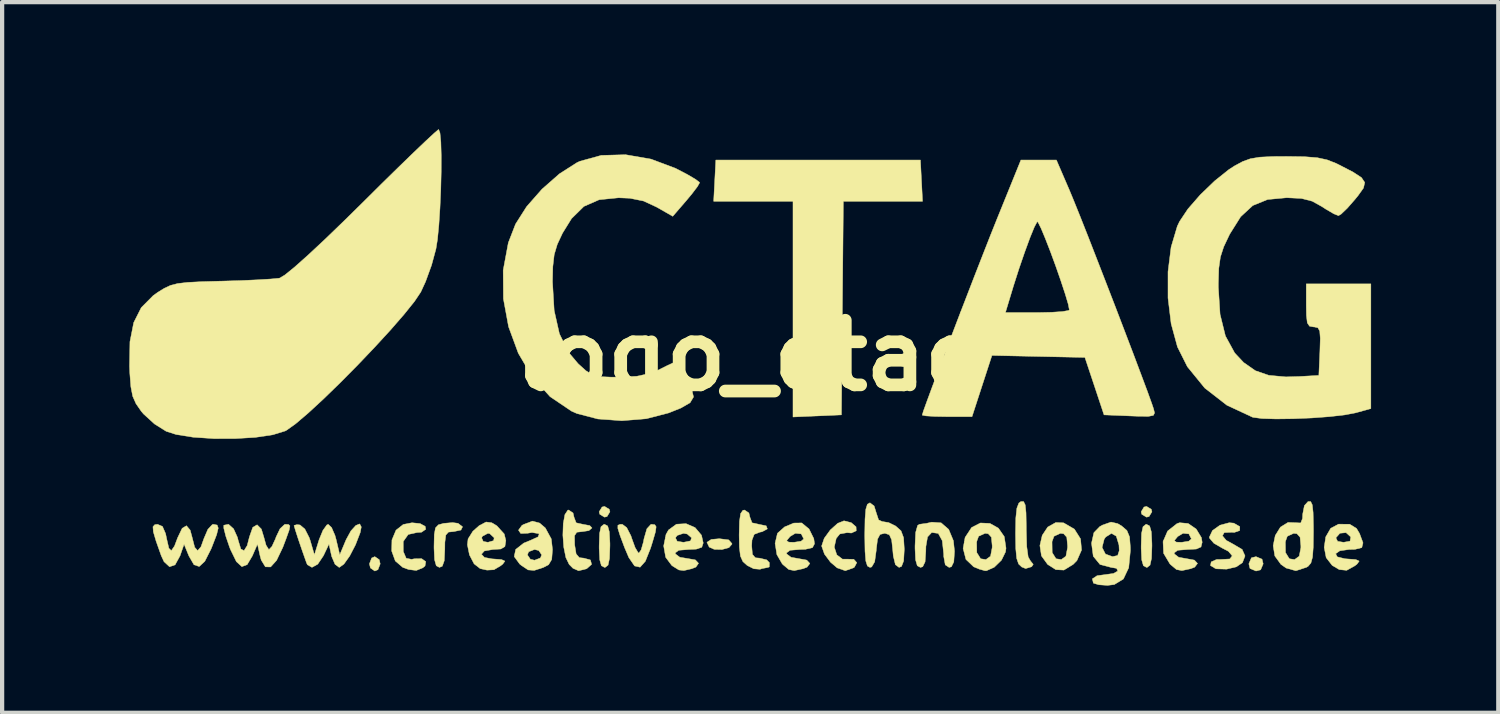
<source format=kicad_pcb>
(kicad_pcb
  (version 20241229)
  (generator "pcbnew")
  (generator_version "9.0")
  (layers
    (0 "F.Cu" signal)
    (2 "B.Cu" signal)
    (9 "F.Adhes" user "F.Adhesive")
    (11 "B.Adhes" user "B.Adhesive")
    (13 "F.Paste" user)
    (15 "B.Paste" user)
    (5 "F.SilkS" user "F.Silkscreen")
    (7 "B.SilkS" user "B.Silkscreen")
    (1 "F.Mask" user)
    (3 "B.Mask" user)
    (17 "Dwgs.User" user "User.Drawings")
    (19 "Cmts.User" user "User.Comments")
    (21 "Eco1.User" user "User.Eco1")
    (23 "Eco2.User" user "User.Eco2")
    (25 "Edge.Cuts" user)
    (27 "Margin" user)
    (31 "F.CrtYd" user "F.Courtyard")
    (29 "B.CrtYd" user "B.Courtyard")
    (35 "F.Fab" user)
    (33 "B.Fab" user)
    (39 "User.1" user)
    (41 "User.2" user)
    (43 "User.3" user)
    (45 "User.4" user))
  (footprint "logo_ctag"
    (layer "F.Cu")
    (at 14.639 5.339)
    (property "Reference" "logo_ctag" (at 0 0 0) (layer "F.SilkS") (effects (font (size 1.524 1.524) (thickness 0.3))))
    (attr through_hole)
    (fp_poly (pts (xy -8.744 4.812) (xy -8.721 4.911) (xy -8.774 5.049) (xy -8.848 5.08) (xy -8.951 5.009) (xy -8.975 4.911) (xy -8.922 4.773) (xy -8.848 4.741) (xy -8.744 4.812)) (stroke (width 0.01) (type solid)) (fill yes) (layer "F.SilkS"))
    (fp_poly (pts (xy -3.317 3.624) (xy -3.302 3.683) (xy -3.37 3.795) (xy -3.429 3.81) (xy -3.541 3.742) (xy -3.556 3.683) (xy -3.488 3.571) (xy -3.429 3.556) (xy -3.317 3.624)) (stroke (width 0.01) (type solid)) (fill yes) (layer "F.SilkS"))
    (fp_poly (pts (xy 9.468 3.624) (xy 9.483 3.683) (xy 9.415 3.795) (xy 9.356 3.81) (xy 9.243 3.742) (xy 9.229 3.683) (xy 9.296 3.571) (xy 9.356 3.556) (xy 9.468 3.624)) (stroke (width 0.01) (type solid)) (fill yes) (layer "F.SilkS"))
    (fp_poly (pts (xy 12.08 4.801) (xy 12.107 4.911) (xy 12.047 5.052) (xy 11.938 5.08) (xy 11.796 5.02) (xy 11.769 4.911) (xy 11.829 4.769) (xy 11.938 4.741) (xy 12.08 4.801)) (stroke (width 0.01) (type solid)) (fill yes) (layer "F.SilkS"))
    (fp_poly (pts (xy -0.5 4.346) (xy -0.424 4.433) (xy -0.423 4.445) (xy -0.494 4.528) (xy -0.658 4.573) (xy -0.841 4.569) (xy -0.96 4.516) (xy -1.014 4.402) (xy -0.911 4.335) (xy -0.72 4.318) (xy -0.5 4.346)) (stroke (width 0.01) (type solid)) (fill yes) (layer "F.SilkS"))
    (fp_poly (pts (xy 4.047 -4.128) (xy 4.072 -3.641) (xy 2.204 -3.641) (xy 2.181 -1.122) (xy 2.159 1.397) (xy 1.016 1.447) (xy 1.016 -3.641) (xy 0.08 -3.641) (xy -0.855 -3.641) (xy -0.804 -4.614) (xy 4.022 -4.614) (xy 4.047 -4.128)) (stroke (width 0.01) (type solid)) (fill yes) (layer "F.SilkS"))
    (fp_poly (pts (xy -3.355 4.018) (xy -3.316 4.157) (xy -3.302 4.426) (xy -3.302 4.487) (xy -3.312 4.782) (xy -3.346 4.941) (xy -3.414 4.994) (xy -3.429 4.995) (xy -3.503 4.956) (xy -3.542 4.818) (xy -3.556 4.549) (xy -3.556 4.487) (xy -3.546 4.192) (xy -3.512 4.034) (xy -3.444 3.98) (xy -3.429 3.979) (xy -3.355 4.018)) (stroke (width 0.01) (type solid)) (fill yes) (layer "F.SilkS"))
    (fp_poly (pts (xy 9.429 4.018) (xy 9.469 4.157) (xy 9.482 4.426) (xy 9.483 4.487) (xy 9.473 4.782) (xy 9.438 4.941) (xy 9.371 4.994) (xy 9.356 4.995) (xy 9.282 4.956) (xy 9.242 4.818) (xy 9.229 4.549) (xy 9.229 4.487) (xy 9.238 4.192) (xy 9.273 4.034) (xy 9.34 3.98) (xy 9.356 3.979) (xy 9.429 4.018)) (stroke (width 0.01) (type solid)) (fill yes) (layer "F.SilkS"))
    (fp_poly (pts (xy -6.885 3.955) (xy -6.778 4.037) (xy -6.817 4.114) (xy -6.983 4.149) (xy -6.985 4.149) (xy -7.111 4.162) (xy -7.173 4.232) (xy -7.195 4.402) (xy -7.197 4.572) (xy -7.21 4.838) (xy -7.257 4.968) (xy -7.324 4.995) (xy -7.398 4.956) (xy -7.438 4.816) (xy -7.451 4.543) (xy -7.451 4.497) (xy -7.445 4.218) (xy -7.417 4.063) (xy -7.348 3.99) (xy -7.223 3.956) (xy -7.013 3.938) (xy -6.885 3.955)) (stroke (width 0.01) (type solid)) (fill yes) (layer "F.SilkS"))
    (fp_poly (pts (xy 6.455 3.441) (xy 6.494 3.521) (xy 6.513 3.708) (xy 6.519 4.031) (xy 6.519 4.102) (xy 6.53 4.503) (xy 6.564 4.749) (xy 6.622 4.849) (xy 6.625 4.851) (xy 6.683 4.923) (xy 6.646 4.979) (xy 6.504 5.022) (xy 6.413 4.986) (xy 6.338 4.915) (xy 6.293 4.783) (xy 6.271 4.554) (xy 6.265 4.196) (xy 6.272 3.828) (xy 6.297 3.598) (xy 6.344 3.477) (xy 6.392 3.441) (xy 6.455 3.441)) (stroke (width 0.01) (type solid)) (fill yes) (layer "F.SilkS"))
    (fp_poly (pts (xy -7.78 3.961) (xy -7.659 4.027) (xy -7.647 4.096) (xy -7.747 4.165) (xy -7.854 4.172) (xy -8.06 4.218) (xy -8.177 4.383) (xy -8.176 4.621) (xy -8.108 4.779) (xy -7.982 4.805) (xy -7.918 4.792) (xy -7.743 4.789) (xy -7.646 4.858) (xy -7.663 4.96) (xy -7.715 5.004) (xy -7.87 5.067) (xy -8.051 5.044) (xy -8.189 4.994) (xy -8.365 4.843) (xy -8.45 4.608) (xy -8.444 4.347) (xy -8.348 4.117) (xy -8.177 3.982) (xy -7.971 3.942) (xy -7.78 3.961)) (stroke (width 0.01) (type solid)) (fill yes) (layer "F.SilkS"))
    (fp_poly (pts (xy 2.391 3.94) (xy 2.504 4.038) (xy 2.508 4.131) (xy 2.394 4.184) (xy 2.293 4.175) (xy 2.121 4.206) (xy 2.036 4.31) (xy 1.99 4.516) (xy 2.049 4.698) (xy 2.183 4.8) (xy 2.293 4.8) (xy 2.451 4.804) (xy 2.521 4.883) (xy 2.466 4.988) (xy 2.445 5.004) (xy 2.25 5.073) (xy 2.058 5.006) (xy 1.901 4.872) (xy 1.758 4.68) (xy 1.694 4.497) (xy 1.693 4.487) (xy 1.753 4.309) (xy 1.896 4.112) (xy 2.071 3.955) (xy 2.219 3.896) (xy 2.391 3.94)) (stroke (width 0.01) (type solid)) (fill yes) (layer "F.SilkS"))
    (fp_poly (pts (xy -2.243 3.988) (xy -2.212 4.036) (xy -2.229 4.16) (xy -2.297 4.394) (xy -2.344 4.543) (xy -2.467 4.851) (xy -2.591 4.99) (xy -2.72 4.961) (xy -2.856 4.763) (xy -2.957 4.526) (xy -3.064 4.239) (xy -3.115 4.075) (xy -3.114 4.001) (xy -3.065 3.98) (xy -3.009 3.979) (xy -2.907 4.055) (xy -2.807 4.249) (xy -2.784 4.318) (xy -2.708 4.527) (xy -2.637 4.646) (xy -2.619 4.657) (xy -2.566 4.582) (xy -2.512 4.395) (xy -2.498 4.318) (xy -2.43 4.083) (xy -2.336 3.981) (xy -2.321 3.979) (xy -2.243 3.988)) (stroke (width 0.01) (type solid)) (fill yes) (layer "F.SilkS"))
    (fp_poly (pts (xy 7.399 3.944) (xy 7.654 4.092) (xy 7.799 4.322) (xy 7.823 4.585) (xy 7.714 4.833) (xy 7.625 4.924) (xy 7.406 5.058) (xy 7.216 5.048) (xy 7.023 4.925) (xy 6.877 4.723) (xy 6.84 4.48) (xy 6.861 4.388) (xy 7.126 4.388) (xy 7.13 4.646) (xy 7.221 4.791) (xy 7.345 4.81) (xy 7.454 4.731) (xy 7.492 4.531) (xy 7.493 4.486) (xy 7.474 4.282) (xy 7.399 4.2) (xy 7.324 4.191) (xy 7.173 4.26) (xy 7.126 4.388) (xy 6.861 4.388) (xy 6.895 4.239) (xy 7.025 4.043) (xy 7.215 3.936) (xy 7.399 3.944)) (stroke (width 0.01) (type solid)) (fill yes) (layer "F.SilkS"))
    (fp_poly (pts (xy -4.172 3.711) (xy -4.149 3.81) (xy -4.099 3.943) (xy -3.937 3.979) (xy -3.778 4.008) (xy -3.725 4.064) (xy -3.798 4.127) (xy -3.942 4.149) (xy -4.083 4.165) (xy -4.137 4.247) (xy -4.134 4.444) (xy -4.133 4.466) (xy -4.099 4.677) (xy -4.024 4.765) (xy -3.916 4.777) (xy -3.762 4.82) (xy -3.734 4.923) (xy -3.848 5.024) (xy -3.859 5.029) (xy -4.04 5.074) (xy -4.173 5.016) (xy -4.263 4.925) (xy -4.341 4.764) (xy -4.391 4.517) (xy -4.412 4.234) (xy -4.403 3.962) (xy -4.364 3.749) (xy -4.295 3.644) (xy -4.276 3.641) (xy -4.172 3.711)) (stroke (width 0.01) (type solid)) (fill yes) (layer "F.SilkS"))
    (fp_poly (pts (xy 4.511 3.944) (xy 4.689 4.099) (xy 4.8 4.366) (xy 4.826 4.614) (xy 4.809 4.865) (xy 4.753 4.98) (xy 4.699 4.995) (xy 4.608 4.935) (xy 4.572 4.738) (xy 4.571 4.678) (xy 4.537 4.364) (xy 4.443 4.193) (xy 4.294 4.172) (xy 4.284 4.176) (xy 4.19 4.277) (xy 4.151 4.503) (xy 4.149 4.612) (xy 4.132 4.864) (xy 4.076 4.979) (xy 4.022 4.995) (xy 3.948 4.956) (xy 3.908 4.818) (xy 3.895 4.549) (xy 3.895 4.487) (xy 3.91 4.168) (xy 3.956 4.005) (xy 4 3.978) (xy 4.165 3.956) (xy 4.289 3.928) (xy 4.511 3.944)) (stroke (width 0.01) (type solid)) (fill yes) (layer "F.SilkS"))
    (fp_poly (pts (xy -0.024 3.711) (xy 0 3.81) (xy 0.05 3.943) (xy 0.212 3.979) (xy 0.384 4.014) (xy 0.411 4.087) (xy 0.287 4.154) (xy 0.233 4.164) (xy 0.101 4.215) (xy 0.049 4.35) (xy 0.042 4.487) (xy 0.059 4.688) (xy 0.129 4.768) (xy 0.229 4.777) (xy 0.396 4.817) (xy 0.46 4.883) (xy 0.457 4.983) (xy 0.428 4.995) (xy 0.285 5.023) (xy 0.239 5.039) (xy 0.091 5.027) (xy -0.064 4.949) (xy -0.166 4.857) (xy -0.224 4.727) (xy -0.249 4.515) (xy -0.254 4.229) (xy -0.246 3.908) (xy -0.219 3.725) (xy -0.166 3.649) (xy -0.127 3.641) (xy -0.024 3.711)) (stroke (width 0.01) (type solid)) (fill yes) (layer "F.SilkS"))
    (fp_poly (pts (xy 5.661 3.957) (xy 5.861 4.069) (xy 6 4.269) (xy 6.041 4.542) (xy 6.029 4.63) (xy 5.934 4.824) (xy 5.763 4.991) (xy 5.58 5.073) (xy 5.548 5.074) (xy 5.409 5.035) (xy 5.277 4.98) (xy 5.096 4.807) (xy 5.029 4.547) (xy 5.058 4.388) (xy 5.348 4.388) (xy 5.352 4.646) (xy 5.443 4.791) (xy 5.567 4.81) (xy 5.676 4.731) (xy 5.714 4.531) (xy 5.715 4.486) (xy 5.696 4.282) (xy 5.621 4.2) (xy 5.546 4.191) (xy 5.395 4.26) (xy 5.348 4.388) (xy 5.058 4.388) (xy 5.076 4.287) (xy 5.23 4.053) (xy 5.438 3.947) (xy 5.661 3.957)) (stroke (width 0.01) (type solid)) (fill yes) (layer "F.SilkS"))
    (fp_poly (pts (xy 11.414 3.951) (xy 11.555 4.032) (xy 11.554 4.125) (xy 11.426 4.17) (xy 11.366 4.166) (xy 11.188 4.174) (xy 11.146 4.249) (xy 11.236 4.357) (xy 11.384 4.438) (xy 11.611 4.571) (xy 11.679 4.724) (xy 11.618 4.883) (xy 11.475 4.981) (xy 11.245 5.036) (xy 11.009 5.029) (xy 10.981 5.022) (xy 10.864 4.95) (xy 10.881 4.865) (xy 11.005 4.809) (xy 11.115 4.807) (xy 11.319 4.796) (xy 11.377 4.723) (xy 11.288 4.616) (xy 11.137 4.537) (xy 10.944 4.425) (xy 10.842 4.306) (xy 10.837 4.282) (xy 10.911 4.125) (xy 11.089 3.999) (xy 11.306 3.941) (xy 11.414 3.951)) (stroke (width 0.01) (type solid)) (fill yes) (layer "F.SilkS"))
    (fp_poly (pts (xy 14.147 3.976) (xy 14.308 4.075) (xy 14.38 4.195) (xy 14.462 4.416) (xy 14.433 4.529) (xy 14.271 4.569) (xy 14.132 4.572) (xy 13.914 4.603) (xy 13.817 4.672) (xy 13.854 4.746) (xy 14.035 4.791) (xy 14.062 4.793) (xy 14.292 4.81) (xy 14.372 4.846) (xy 14.323 4.914) (xy 14.271 4.956) (xy 14.077 5.064) (xy 13.901 5.046) (xy 13.735 4.948) (xy 13.593 4.765) (xy 13.546 4.522) (xy 13.58 4.297) (xy 13.822 4.297) (xy 13.863 4.38) (xy 14.003 4.403) (xy 14.156 4.376) (xy 14.172 4.283) (xy 14.168 4.272) (xy 14.062 4.175) (xy 13.917 4.189) (xy 13.822 4.297) (xy 13.58 4.297) (xy 13.584 4.273) (xy 13.7 4.072) (xy 13.885 3.975) (xy 14.147 3.976)) (stroke (width 0.01) (type solid)) (fill yes) (layer "F.SilkS"))
    (fp_poly (pts (xy -6.091 3.941) (xy -5.969 4.014) (xy -5.795 4.206) (xy -5.757 4.362) (xy -5.779 4.503) (xy -5.877 4.561) (xy -6.061 4.572) (xy -6.265 4.607) (xy -6.333 4.684) (xy -6.261 4.76) (xy -6.088 4.793) (xy -5.859 4.81) (xy -5.779 4.846) (xy -5.827 4.914) (xy -5.879 4.956) (xy -6.038 5.05) (xy -6.201 5.059) (xy -6.363 5.023) (xy -6.506 4.911) (xy -6.616 4.699) (xy -6.664 4.461) (xy -6.648 4.322) (xy -6.632 4.297) (xy -6.329 4.297) (xy -6.29 4.382) (xy -6.181 4.403) (xy -6.046 4.364) (xy -6.032 4.297) (xy -6.136 4.199) (xy -6.181 4.191) (xy -6.308 4.258) (xy -6.329 4.297) (xy -6.632 4.297) (xy -6.536 4.143) (xy -6.386 4.01) (xy -6.223 3.924) (xy -6.091 3.941)) (stroke (width 0.01) (type solid)) (fill yes) (layer "F.SilkS"))
    (fp_poly (pts (xy -4.96 3.949) (xy -4.826 4.064) (xy -4.685 4.323) (xy -4.657 4.574) (xy -4.675 4.807) (xy -4.749 4.932) (xy -4.874 4.997) (xy -5.088 5.066) (xy -5.232 5.054) (xy -5.392 4.947) (xy -5.43 4.916) (xy -5.559 4.74) (xy -5.551 4.699) (xy -5.249 4.699) (xy -5.179 4.802) (xy -5.08 4.826) (xy -4.942 4.773) (xy -4.911 4.699) (xy -4.981 4.596) (xy -5.08 4.572) (xy -5.218 4.625) (xy -5.249 4.699) (xy -5.551 4.699) (xy -5.525 4.571) (xy -5.334 4.421) (xy -5.165 4.352) (xy -4.996 4.274) (xy -4.972 4.207) (xy -4.983 4.198) (xy -5.14 4.171) (xy -5.243 4.189) (xy -5.406 4.195) (xy -5.459 4.116) (xy -5.378 4.005) (xy -5.342 3.984) (xy -5.129 3.903) (xy -4.96 3.949)) (stroke (width 0.01) (type solid)) (fill yes) (layer "F.SilkS"))
    (fp_poly (pts (xy -1.293 4.056) (xy -1.142 4.235) (xy -1.101 4.419) (xy -1.135 4.52) (xy -1.266 4.564) (xy -1.446 4.572) (xy -1.68 4.591) (xy -1.76 4.652) (xy -1.756 4.678) (xy -1.655 4.755) (xy -1.481 4.784) (xy -1.286 4.818) (xy -1.212 4.898) (xy -1.274 4.987) (xy -1.372 5.026) (xy -1.558 5.069) (xy -1.675 5.055) (xy -1.817 4.967) (xy -1.844 4.948) (xy -1.987 4.756) (xy -2.034 4.489) (xy -1.995 4.297) (xy -1.757 4.297) (xy -1.715 4.379) (xy -1.566 4.403) (xy -1.401 4.37) (xy -1.376 4.297) (xy -1.479 4.207) (xy -1.566 4.191) (xy -1.715 4.241) (xy -1.757 4.297) (xy -1.995 4.297) (xy -1.979 4.217) (xy -1.92 4.112) (xy -1.733 3.976) (xy -1.507 3.963) (xy -1.293 4.056)) (stroke (width 0.01) (type solid)) (fill yes) (layer "F.SilkS"))
    (fp_poly (pts (xy 2.93 3.546) (xy 2.979 3.704) (xy 3.036 3.876) (xy 3.121 3.913) (xy 3.273 3.938) (xy 3.439 4.02) (xy 3.565 4.133) (xy 3.625 4.294) (xy 3.641 4.562) (xy 3.641 4.574) (xy 3.626 4.843) (xy 3.576 4.972) (xy 3.518 4.995) (xy 3.432 4.931) (xy 3.382 4.725) (xy 3.37 4.593) (xy 3.343 4.345) (xy 3.289 4.225) (xy 3.189 4.191) (xy 3.175 4.191) (xy 3.069 4.218) (xy 3.011 4.327) (xy 2.982 4.56) (xy 2.98 4.593) (xy 2.943 4.863) (xy 2.872 4.984) (xy 2.832 4.995) (xy 2.772 4.962) (xy 2.734 4.844) (xy 2.715 4.612) (xy 2.709 4.24) (xy 2.709 4.233) (xy 2.715 3.858) (xy 2.734 3.624) (xy 2.771 3.505) (xy 2.831 3.471) (xy 2.93 3.546)) (stroke (width 0.01) (type solid)) (fill yes) (layer "F.SilkS"))
    (fp_poly (pts (xy 10.337 3.959) (xy 10.528 4.091) (xy 10.65 4.292) (xy 10.668 4.403) (xy 10.64 4.513) (xy 10.528 4.562) (xy 10.322 4.572) (xy 10.089 4.591) (xy 10.009 4.652) (xy 10.012 4.678) (xy 10.114 4.756) (xy 10.289 4.787) (xy 10.485 4.823) (xy 10.558 4.902) (xy 10.492 4.989) (xy 10.396 5.026) (xy 10.19 5.07) (xy 10.062 5.045) (xy 9.925 4.93) (xy 9.906 4.911) (xy 9.758 4.662) (xy 9.745 4.387) (xy 9.755 4.364) (xy 10.01 4.364) (xy 10.06 4.399) (xy 10.184 4.403) (xy 10.352 4.377) (xy 10.414 4.323) (xy 10.354 4.204) (xy 10.217 4.19) (xy 10.091 4.266) (xy 10.01 4.364) (xy 9.755 4.364) (xy 9.853 4.137) (xy 10.071 3.964) (xy 10.135 3.941) (xy 10.337 3.959)) (stroke (width 0.01) (type solid)) (fill yes) (layer "F.SilkS"))
    (fp_poly (pts (xy 1.224 3.947) (xy 1.395 4.089) (xy 1.507 4.316) (xy 1.524 4.439) (xy 1.475 4.529) (xy 1.308 4.568) (xy 1.178 4.572) (xy 0.945 4.591) (xy 0.865 4.652) (xy 0.868 4.678) (xy 0.97 4.756) (xy 1.145 4.787) (xy 1.341 4.823) (xy 1.414 4.902) (xy 1.348 4.989) (xy 1.252 5.026) (xy 1.046 5.07) (xy 0.918 5.045) (xy 0.781 4.93) (xy 0.762 4.911) (xy 0.636 4.693) (xy 0.594 4.427) (xy 0.609 4.364) (xy 0.866 4.364) (xy 0.916 4.399) (xy 1.04 4.403) (xy 1.208 4.377) (xy 1.27 4.323) (xy 1.21 4.204) (xy 1.073 4.19) (xy 0.947 4.266) (xy 0.866 4.364) (xy 0.609 4.364) (xy 0.648 4.197) (xy 0.657 4.183) (xy 0.818 4.04) (xy 1.035 3.949) (xy 1.222 3.946) (xy 1.224 3.947)) (stroke (width 0.01) (type solid)) (fill yes) (layer "F.SilkS"))
    (fp_poly (pts (xy 13.227 3.441) (xy 13.265 3.519) (xy 13.285 3.701) (xy 13.292 4.015) (xy 13.293 4.148) (xy 13.288 4.517) (xy 13.271 4.752) (xy 13.233 4.891) (xy 13.168 4.968) (xy 13.129 4.992) (xy 12.878 5.074) (xy 12.649 5.01) (xy 12.526 4.924) (xy 12.382 4.725) (xy 12.343 4.484) (xy 12.362 4.388) (xy 12.63 4.388) (xy 12.634 4.646) (xy 12.724 4.791) (xy 12.848 4.81) (xy 12.957 4.731) (xy 12.996 4.531) (xy 12.996 4.486) (xy 12.977 4.282) (xy 12.903 4.2) (xy 12.827 4.191) (xy 12.676 4.26) (xy 12.63 4.388) (xy 12.362 4.388) (xy 12.392 4.242) (xy 12.514 4.045) (xy 12.693 3.934) (xy 12.881 3.941) (xy 12.993 3.947) (xy 13.035 3.84) (xy 13.039 3.74) (xy 13.079 3.537) (xy 13.166 3.441) (xy 13.227 3.441)) (stroke (width 0.01) (type solid)) (fill yes) (layer "F.SilkS"))
    (fp_poly (pts (xy -12.567 3.996) (xy -12.541 4.067) (xy -12.579 4.223) (xy -12.685 4.497) (xy -12.711 4.561) (xy -12.858 4.851) (xy -12.99 4.974) (xy -13.113 4.933) (xy -13.232 4.727) (xy -13.235 4.721) (xy -13.347 4.447) (xy -13.442 4.721) (xy -13.559 4.934) (xy -13.69 4.98) (xy -13.82 4.86) (xy -13.885 4.72) (xy -14.008 4.373) (xy -14.072 4.155) (xy -14.081 4.036) (xy -14.038 3.987) (xy -13.972 3.979) (xy -13.857 4.028) (xy -13.783 4.198) (xy -13.757 4.324) (xy -13.706 4.543) (xy -13.648 4.6) (xy -13.573 4.492) (xy -13.499 4.296) (xy -13.392 4.072) (xy -13.29 4.012) (xy -13.203 4.116) (xy -13.161 4.271) (xy -13.097 4.52) (xy -13.027 4.599) (xy -12.949 4.51) (xy -12.879 4.315) (xy -12.786 4.098) (xy -12.681 3.985) (xy -12.654 3.979) (xy -12.567 3.996)) (stroke (width 0.01) (type solid)) (fill yes) (layer "F.SilkS"))
    (fp_poly (pts (xy -9.167 4.04) (xy -9.191 4.17) (xy -9.303 4.461) (xy -9.44 4.725) (xy -9.577 4.917) (xy -9.686 4.995) (xy -9.689 4.995) (xy -9.786 4.922) (xy -9.863 4.742) (xy -9.869 4.72) (xy -9.929 4.445) (xy -10.06 4.72) (xy -10.194 4.919) (xy -10.33 4.994) (xy -10.437 4.933) (xy -10.458 4.889) (xy -10.56 4.6) (xy -10.654 4.325) (xy -10.723 4.111) (xy -10.753 4.007) (xy -10.753 4.005) (xy -10.685 3.986) (xy -10.612 3.994) (xy -10.498 4.09) (xy -10.393 4.297) (xy -10.372 4.36) (xy -10.273 4.699) (xy -10.161 4.339) (xy -10.072 4.122) (xy -9.98 3.994) (xy -9.947 3.979) (xy -9.868 4.054) (xy -9.787 4.241) (xy -9.76 4.339) (xy -9.675 4.699) (xy -9.524 4.339) (xy -9.411 4.133) (xy -9.295 4.005) (xy -9.204 3.969) (xy -9.167 4.04)) (stroke (width 0.01) (type solid)) (fill yes) (layer "F.SilkS"))
    (fp_poly (pts (xy -12.179 4.085) (xy -12.088 4.286) (xy -12.071 4.356) (xy -12.008 4.56) (xy -11.933 4.6) (xy -11.858 4.479) (xy -11.805 4.273) (xy -11.727 4.051) (xy -11.624 3.99) (xy -11.524 4.09) (xy -11.467 4.276) (xy -11.413 4.471) (xy -11.352 4.569) (xy -11.342 4.572) (xy -11.274 4.5) (xy -11.192 4.322) (xy -11.176 4.276) (xy -11.083 4.082) (xy -10.977 3.983) (xy -10.958 3.979) (xy -10.882 3.983) (xy -10.85 4.016) (xy -10.868 4.114) (xy -10.938 4.311) (xy -11.018 4.522) (xy -11.165 4.829) (xy -11.305 4.984) (xy -11.429 4.982) (xy -11.527 4.822) (xy -11.555 4.72) (xy -11.616 4.445) (xy -11.735 4.72) (xy -11.859 4.93) (xy -11.984 4.977) (xy -12.113 4.859) (xy -12.252 4.574) (xy -12.274 4.519) (xy -12.362 4.26) (xy -12.41 4.07) (xy -12.41 4) (xy -12.298 3.978) (xy -12.179 4.085)) (stroke (width 0.01) (type solid)) (fill yes) (layer "F.SilkS"))
    (fp_poly (pts (xy 8.675 3.962) (xy 8.768 4.017) (xy 8.893 4.125) (xy 8.955 4.275) (xy 8.974 4.522) (xy 8.975 4.597) (xy 8.935 5.003) (xy 8.81 5.268) (xy 8.596 5.399) (xy 8.434 5.419) (xy 8.227 5.404) (xy 8.105 5.367) (xy 8.102 5.365) (xy 8.077 5.265) (xy 8.188 5.191) (xy 8.382 5.165) (xy 8.576 5.138) (xy 8.678 5.08) (xy 8.649 5.017) (xy 8.52 4.995) (xy 8.258 4.926) (xy 8.099 4.732) (xy 8.071 4.523) (xy 8.307 4.523) (xy 8.386 4.68) (xy 8.554 4.741) (xy 8.675 4.714) (xy 8.712 4.6) (xy 8.705 4.466) (xy 8.642 4.258) (xy 8.528 4.192) (xy 8.392 4.278) (xy 8.357 4.328) (xy 8.307 4.523) (xy 8.071 4.523) (xy 8.059 4.43) (xy 8.06 4.414) (xy 8.114 4.175) (xy 8.253 4.032) (xy 8.323 3.994) (xy 8.518 3.926) (xy 8.675 3.962)) (stroke (width 0.01) (type solid)) (fill yes) (layer "F.SilkS"))
    (fp_poly (pts (xy -2.333 -4.636) (xy -1.755 -4.419) (xy -1.482 -4.277) (xy -1.28 -4.158) (xy -1.188 -4.086) (xy -1.186 -4.08) (xy -1.237 -3.989) (xy -1.369 -3.815) (xy -1.503 -3.654) (xy -1.82 -3.287) (xy -2.201 -3.505) (xy -2.51 -3.648) (xy -2.832 -3.713) (xy -3.099 -3.724) (xy -3.556 -3.678) (xy -3.915 -3.521) (xy -4.207 -3.234) (xy -4.42 -2.89) (xy -4.544 -2.625) (xy -4.616 -2.384) (xy -4.649 -2.099) (xy -4.657 -1.741) (xy -4.617 -1.064) (xy -4.494 -0.517) (xy -4.282 -0.083) (xy -4.051 0.191) (xy -3.869 0.355) (xy -3.717 0.45) (xy -3.537 0.495) (xy -3.272 0.507) (xy -3.105 0.508) (xy -2.667 0.486) (xy -2.336 0.414) (xy -2.159 0.339) (xy -1.954 0.236) (xy -1.825 0.176) (xy -1.806 0.169) (xy -1.752 0.233) (xy -1.632 0.396) (xy -1.521 0.554) (xy -1.372 0.799) (xy -1.33 0.974) (xy -1.411 1.11) (xy -1.629 1.236) (xy -1.916 1.351) (xy -2.445 1.488) (xy -3.021 1.535) (xy -3.585 1.494) (xy -4.081 1.365) (xy -4.211 1.307) (xy -4.714 0.967) (xy -5.134 0.502) (xy -5.463 -0.057) (xy -5.693 -0.682) (xy -5.815 -1.343) (xy -5.82 -2.013) (xy -5.699 -2.662) (xy -5.528 -3.104) (xy -5.267 -3.515) (xy -4.905 -3.927) (xy -4.492 -4.29) (xy -4.08 -4.553) (xy -4.011 -4.585) (xy -3.507 -4.724) (xy -2.933 -4.74) (xy -2.333 -4.636)) (stroke (width 0.01) (type solid)) (fill yes) (layer "F.SilkS"))
    (fp_poly (pts (xy -7.311 -5.255) (xy -7.29 -5.04) (xy -7.281 -4.722) (xy -7.282 -4.334) (xy -7.292 -3.909) (xy -7.311 -3.48) (xy -7.337 -3.079) (xy -7.37 -2.74) (xy -7.406 -2.516) (xy -7.509 -2.136) (xy -7.651 -1.745) (xy -7.764 -1.5) (xy -7.912 -1.279) (xy -8.158 -0.973) (xy -8.478 -0.605) (xy -8.852 -0.198) (xy -9.255 0.225) (xy -9.666 0.64) (xy -10.061 1.024) (xy -10.419 1.354) (xy -10.716 1.607) (xy -10.929 1.759) (xy -10.96 1.776) (xy -11.256 1.867) (xy -11.669 1.928) (xy -12.152 1.957) (xy -12.656 1.956) (xy -13.132 1.924) (xy -13.533 1.86) (xy -13.768 1.785) (xy -14.044 1.612) (xy -14.303 1.376) (xy -14.361 1.307) (xy -14.482 1.131) (xy -14.559 0.957) (xy -14.602 0.736) (xy -14.627 0.417) (xy -14.634 0.249) (xy -14.624 -0.329) (xy -14.535 -0.78) (xy -14.357 -1.133) (xy -14.077 -1.415) (xy -13.966 -1.495) (xy -13.812 -1.59) (xy -13.668 -1.657) (xy -13.498 -1.701) (xy -13.266 -1.728) (xy -12.936 -1.745) (xy -12.474 -1.758) (xy -12.455 -1.758) (xy -12.012 -1.771) (xy -11.615 -1.789) (xy -11.301 -1.808) (xy -11.111 -1.826) (xy -11.091 -1.83) (xy -10.968 -1.904) (xy -10.74 -2.089) (xy -10.418 -2.376) (xy -10.014 -2.753) (xy -9.54 -3.211) (xy -9.141 -3.604) (xy -8.696 -4.046) (xy -8.288 -4.446) (xy -7.934 -4.789) (xy -7.649 -5.061) (xy -7.449 -5.246) (xy -7.35 -5.331) (xy -7.342 -5.334) (xy -7.311 -5.255)) (stroke (width 0.01) (type solid)) (fill yes) (layer "F.SilkS"))
    (fp_poly (pts (xy 7.541 -3.893) (xy 7.641 -3.651) (xy 7.787 -3.289) (xy 7.968 -2.832) (xy 8.173 -2.305) (xy 8.394 -1.736) (xy 8.621 -1.149) (xy 8.842 -0.571) (xy 9.049 -0.028) (xy 9.23 0.454) (xy 9.378 0.849) (xy 9.48 1.132) (xy 9.521 1.253) (xy 9.545 1.352) (xy 9.517 1.409) (xy 9.405 1.431) (xy 9.177 1.43) (xy 8.967 1.422) (xy 8.353 1.397) (xy 8.128 0.72) (xy 7.902 0.042) (xy 6.806 0.019) (xy 5.709 -0.005) (xy 5.474 0.717) (xy 5.239 1.439) (xy 4.651 1.439) (xy 4.361 1.434) (xy 4.151 1.421) (xy 4.064 1.403) (xy 4.064 1.402) (xy 4.093 1.305) (xy 4.176 1.075) (xy 4.302 0.733) (xy 4.463 0.302) (xy 4.651 -0.193) (xy 4.856 -0.731) (xy 4.965 -1.016) (xy 6.027 -1.016) (xy 6.781 -1.016) (xy 7.115 -1.023) (xy 7.373 -1.04) (xy 7.517 -1.066) (xy 7.535 -1.079) (xy 7.509 -1.213) (xy 7.438 -1.452) (xy 7.336 -1.761) (xy 7.216 -2.106) (xy 7.089 -2.452) (xy 6.968 -2.763) (xy 6.867 -3.005) (xy 6.798 -3.143) (xy 6.777 -3.161) (xy 6.71 -3.036) (xy 6.607 -2.784) (xy 6.482 -2.443) (xy 6.346 -2.048) (xy 6.214 -1.635) (xy 6.187 -1.545) (xy 6.027 -1.016) (xy 4.965 -1.016) (xy 5.07 -1.287) (xy 5.283 -1.839) (xy 5.488 -2.364) (xy 5.674 -2.838) (xy 5.834 -3.238) (xy 5.86 -3.302) (xy 6.392 -4.614) (xy 7.23 -4.614) (xy 7.541 -3.893)) (stroke (width 0.01) (type solid)) (fill yes) (layer "F.SilkS"))
    (fp_poly (pts (xy 13.08 -4.693) (xy 13.383 -4.669) (xy 13.614 -4.619) (xy 13.824 -4.537) (xy 13.885 -4.507) (xy 14.224 -4.332) (xy 14.425 -4.201) (xy 14.503 -4.085) (xy 14.473 -3.954) (xy 14.347 -3.777) (xy 14.273 -3.686) (xy 14.092 -3.479) (xy 13.947 -3.34) (xy 13.883 -3.302) (xy 13.773 -3.346) (xy 13.583 -3.457) (xy 13.496 -3.514) (xy 13.264 -3.643) (xy 13.012 -3.708) (xy 12.669 -3.725) (xy 12.658 -3.725) (xy 12.211 -3.683) (xy 11.862 -3.541) (xy 11.576 -3.277) (xy 11.319 -2.868) (xy 11.305 -2.84) (xy 11.175 -2.565) (xy 11.098 -2.327) (xy 11.06 -2.06) (xy 11.049 -1.702) (xy 11.049 -1.615) (xy 11.09 -0.975) (xy 11.216 -0.465) (xy 11.435 -0.064) (xy 11.645 0.161) (xy 11.923 0.355) (xy 12.239 0.464) (xy 12.641 0.501) (xy 12.954 0.492) (xy 13.42 0.466) (xy 13.445 -0.106) (xy 13.454 -0.409) (xy 13.441 -0.581) (xy 13.397 -0.658) (xy 13.313 -0.677) (xy 13.297 -0.677) (xy 13.2 -0.695) (xy 13.148 -0.773) (xy 13.127 -0.952) (xy 13.123 -1.185) (xy 13.123 -1.693) (xy 14.647 -1.693) (xy 14.647 1.249) (xy 14.287 1.349) (xy 14.03 1.398) (xy 13.669 1.439) (xy 13.249 1.47) (xy 12.815 1.488) (xy 12.41 1.493) (xy 12.079 1.483) (xy 11.867 1.455) (xy 11.853 1.45) (xy 11.25 1.169) (xy 10.729 0.764) (xy 10.319 0.261) (xy 10.085 -0.206) (xy 9.936 -0.753) (xy 9.862 -1.361) (xy 9.862 -1.98) (xy 9.935 -2.561) (xy 10.081 -3.052) (xy 10.134 -3.164) (xy 10.331 -3.459) (xy 10.623 -3.794) (xy 10.961 -4.12) (xy 11.296 -4.388) (xy 11.427 -4.473) (xy 11.623 -4.579) (xy 11.806 -4.645) (xy 12.026 -4.682) (xy 12.33 -4.697) (xy 12.658 -4.699) (xy 13.08 -4.693)) (stroke (width 0.01) (type solid)) (fill yes) (layer "F.SilkS")))
  (gr_rect
    (start -3 -3)
    (end 32.292 13.763)
    (stroke (width 0.1) (type default))
    (fill no)
    (layer "Edge.Cuts")))
</source>
